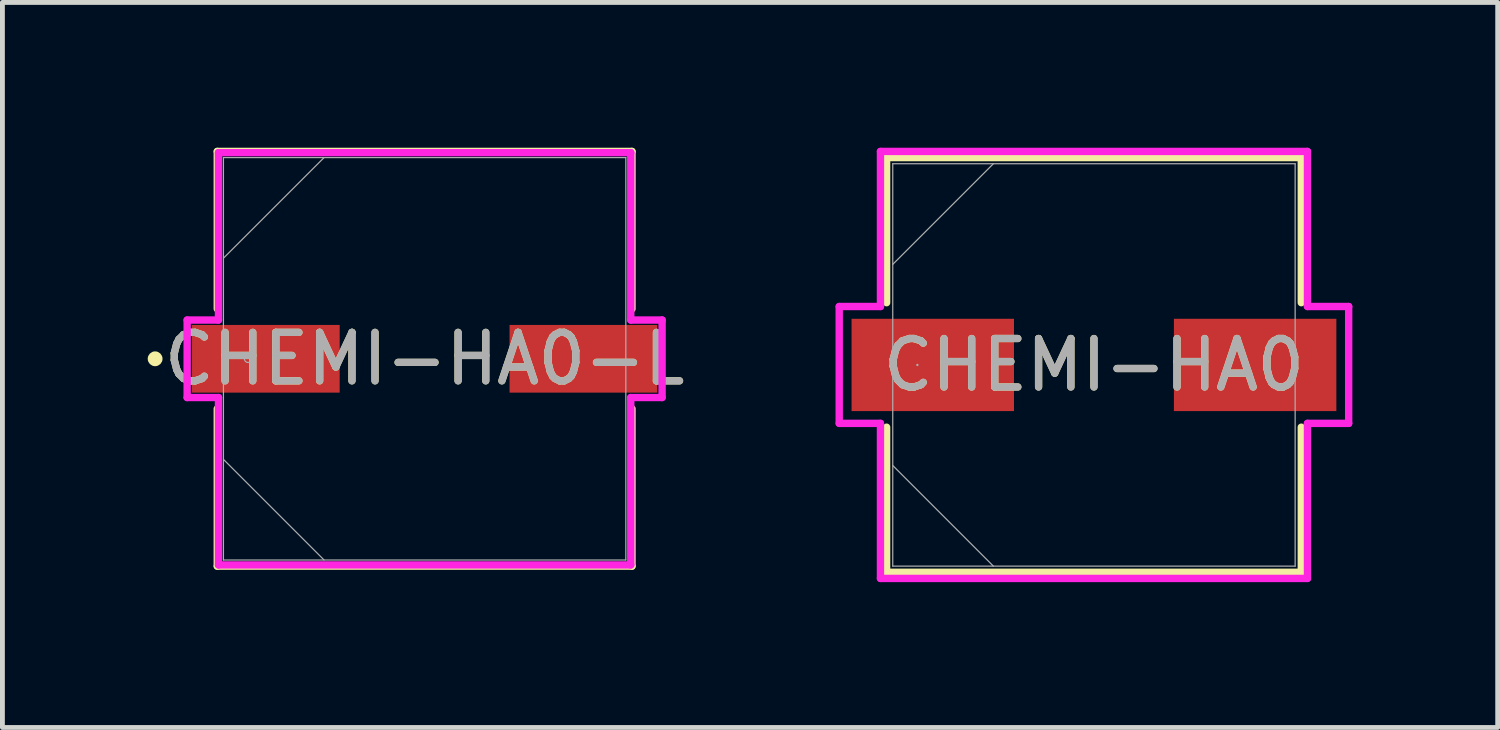
<source format=kicad_pcb>
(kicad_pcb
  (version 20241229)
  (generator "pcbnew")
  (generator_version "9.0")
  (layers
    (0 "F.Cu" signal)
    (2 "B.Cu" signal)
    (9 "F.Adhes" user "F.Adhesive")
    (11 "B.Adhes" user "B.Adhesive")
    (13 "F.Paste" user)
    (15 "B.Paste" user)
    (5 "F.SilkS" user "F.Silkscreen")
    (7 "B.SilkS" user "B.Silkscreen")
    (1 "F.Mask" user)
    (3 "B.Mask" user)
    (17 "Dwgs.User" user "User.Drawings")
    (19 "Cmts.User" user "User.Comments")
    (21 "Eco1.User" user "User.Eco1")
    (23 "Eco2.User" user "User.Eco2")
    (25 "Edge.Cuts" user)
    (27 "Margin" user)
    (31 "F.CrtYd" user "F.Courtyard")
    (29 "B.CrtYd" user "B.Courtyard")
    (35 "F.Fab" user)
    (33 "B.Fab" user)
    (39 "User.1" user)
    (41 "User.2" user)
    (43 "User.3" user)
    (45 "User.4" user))
  (footprint "CHEMI-HA0-L"
    (layer "F.Cu")
    (at 5.715 4.356)
    (property "Reference" "CHEMI-HA0-L" (at 0 0 0) (unlocked yes) (layer "F.SilkS") (effects (font (size 1 1) (thickness 0.15))))
    (attr smd)
    (fp_line (start -4.28 -4.28) (end -4.28 -1.031) (stroke (width 0.152) (type solid)) (layer "F.SilkS"))
    (fp_line (start -4.28 1.031) (end -4.28 4.28) (stroke (width 0.152) (type solid)) (layer "F.SilkS"))
    (fp_line (start -4.28 4.28) (end 4.28 4.28) (stroke (width 0.152) (type solid)) (layer "F.SilkS"))
    (fp_line (start 4.28 -4.28) (end -4.28 -4.28) (stroke (width 0.152) (type solid)) (layer "F.SilkS"))
    (fp_line (start 4.28 -1.031) (end 4.28 -4.28) (stroke (width 0.152) (type solid)) (layer "F.SilkS"))
    (fp_line (start 4.28 4.28) (end 4.28 1.031) (stroke (width 0.152) (type solid)) (layer "F.SilkS"))
    (fp_circle (center -5.563 0) (end -5.486 0) (stroke (width 0.152) (type solid)) (fill no) (layer "F.SilkS"))
    (fp_line (start -4.902 -0.8) (end -4.255 -0.8) (stroke (width 0.152) (type solid)) (layer "F.CrtYd"))
    (fp_line (start -4.902 0.8) (end -4.902 -0.8) (stroke (width 0.152) (type solid)) (layer "F.CrtYd"))
    (fp_line (start -4.255 -4.255) (end 4.255 -4.255) (stroke (width 0.152) (type solid)) (layer "F.CrtYd"))
    (fp_line (start -4.255 -0.8) (end -4.255 -4.255) (stroke (width 0.152) (type solid)) (layer "F.CrtYd"))
    (fp_line (start -4.255 0.8) (end -4.902 0.8) (stroke (width 0.152) (type solid)) (layer "F.CrtYd"))
    (fp_line (start -4.255 4.255) (end -4.255 0.8) (stroke (width 0.152) (type solid)) (layer "F.CrtYd"))
    (fp_line (start 4.255 -4.255) (end 4.255 -0.8) (stroke (width 0.152) (type solid)) (layer "F.CrtYd"))
    (fp_line (start 4.255 -0.8) (end 4.902 -0.8) (stroke (width 0.152) (type solid)) (layer "F.CrtYd"))
    (fp_line (start 4.255 0.8) (end 4.255 4.255) (stroke (width 0.152) (type solid)) (layer "F.CrtYd"))
    (fp_line (start 4.255 4.255) (end -4.255 4.255) (stroke (width 0.152) (type solid)) (layer "F.CrtYd"))
    (fp_line (start 4.902 -0.8) (end 4.902 0.8) (stroke (width 0.152) (type solid)) (layer "F.CrtYd"))
    (fp_line (start 4.902 0.8) (end 4.255 0.8) (stroke (width 0.152) (type solid)) (layer "F.CrtYd"))
    (fp_line (start -4.153 -4.153) (end -4.153 4.153) (stroke (width 0.025) (type solid)) (layer "F.Fab"))
    (fp_line (start -4.153 -2.076) (end -2.076 -4.153) (stroke (width 0.025) (type solid)) (layer "F.Fab"))
    (fp_line (start -4.153 2.076) (end -2.076 4.153) (stroke (width 0.025) (type solid)) (layer "F.Fab"))
    (fp_line (start -4.153 4.153) (end 4.153 4.153) (stroke (width 0.025) (type solid)) (layer "F.Fab"))
    (fp_line (start 4.153 -4.153) (end -4.153 -4.153) (stroke (width 0.025) (type solid)) (layer "F.Fab"))
    (fp_line (start 4.153 4.153) (end 4.153 -4.153) (stroke (width 0.025) (type solid)) (layer "F.Fab"))
    (fp_circle (center -3.645 0) (end -3.569 0) (stroke (width 0.025) (type solid)) (fill no) (layer "F.Fab"))
    (fp_text user "${REFERENCE}" (at 0 0 0) (unlocked yes) (layer "F.Fab") (effects (font (size 1 1) (thickness 0.15))))
    (pad "1" smd rect (at -3.277 0) (size 3.048 1.397) (layers "F.Cu" "F.Mask" "F.Paste"))
    (pad "2" smd rect (at 3.277 0) (size 3.048 1.397) (layers "F.Cu" "F.Mask" "F.Paste"))
    (zone (net_name "") (layer "F.Cu") (hatch full 0.508) (connect_pads) (min_thickness 0.254) (filled_areas_thickness no) (keepout (tracks not_allowed) (vias not_allowed) (pads allowed) (copperpour not_allowed) (footprints allowed)) (placement (enabled no)) (fill) (polygon (pts (xy 1.613 0.254) (xy 9.817 0.254) (xy 9.817 3.607) (xy 1.613 3.607))))
    (zone (net_name "") (layer "F.Cu") (hatch full 0.508) (connect_pads) (min_thickness 0.254) (filled_areas_thickness no) (keepout (tracks not_allowed) (vias not_allowed) (pads allowed) (copperpour not_allowed) (footprints allowed)) (placement (enabled no)) (fill) (polygon (pts (xy 1.613 5.105) (xy 9.817 5.105) (xy 9.817 8.458) (xy 1.613 8.458))))
    (zone (net_name "") (layer "F.Cu") (hatch full 0.508) (connect_pads) (min_thickness 0.254) (filled_areas_thickness no) (keepout (tracks not_allowed) (vias not_allowed) (pads allowed) (copperpour not_allowed) (footprints allowed)) (placement (enabled no)) (fill) (polygon (pts (xy 4.013 3.607) (xy 7.417 3.607) (xy 7.417 5.105) (xy 4.013 5.105)))))
  (footprint "CHEMI-HA0"
    (layer "F.Cu")
    (at 19.531 4.483)
    (property "Reference" "CHEMI-HA0" (at 0 0 0) (unlocked yes) (layer "F.SilkS") (effects (font (size 1 1) (thickness 0.15))))
    (attr smd)
    (fp_line (start -4.28 -4.28) (end -4.28 -1.285) (stroke (width 0.152) (type solid)) (layer "F.SilkS"))
    (fp_line (start -4.28 1.285) (end -4.28 4.28) (stroke (width 0.152) (type solid)) (layer "F.SilkS"))
    (fp_line (start -4.28 4.28) (end 4.28 4.28) (stroke (width 0.152) (type solid)) (layer "F.SilkS"))
    (fp_line (start 4.28 -4.28) (end -4.28 -4.28) (stroke (width 0.152) (type solid)) (layer "F.SilkS"))
    (fp_line (start 4.28 -1.285) (end 4.28 -4.28) (stroke (width 0.152) (type solid)) (layer "F.SilkS"))
    (fp_line (start 4.28 4.28) (end 4.28 1.285) (stroke (width 0.152) (type solid)) (layer "F.SilkS"))
    (fp_line (start -5.258 -1.206) (end -4.407 -1.206) (stroke (width 0.152) (type solid)) (layer "F.CrtYd"))
    (fp_line (start -5.258 1.206) (end -5.258 -1.206) (stroke (width 0.152) (type solid)) (layer "F.CrtYd"))
    (fp_line (start -4.407 -4.407) (end 4.407 -4.407) (stroke (width 0.152) (type solid)) (layer "F.CrtYd"))
    (fp_line (start -4.407 -1.206) (end -4.407 -4.407) (stroke (width 0.152) (type solid)) (layer "F.CrtYd"))
    (fp_line (start -4.407 1.206) (end -5.258 1.206) (stroke (width 0.152) (type solid)) (layer "F.CrtYd"))
    (fp_line (start -4.407 4.407) (end -4.407 1.206) (stroke (width 0.152) (type solid)) (layer "F.CrtYd"))
    (fp_line (start 4.407 -4.407) (end 4.407 -1.206) (stroke (width 0.152) (type solid)) (layer "F.CrtYd"))
    (fp_line (start 4.407 -1.206) (end 5.258 -1.206) (stroke (width 0.152) (type solid)) (layer "F.CrtYd"))
    (fp_line (start 4.407 1.206) (end 4.407 4.407) (stroke (width 0.152) (type solid)) (layer "F.CrtYd"))
    (fp_line (start 4.407 4.407) (end -4.407 4.407) (stroke (width 0.152) (type solid)) (layer "F.CrtYd"))
    (fp_line (start 5.258 -1.206) (end 5.258 1.206) (stroke (width 0.152) (type solid)) (layer "F.CrtYd"))
    (fp_line (start 5.258 1.206) (end 4.407 1.206) (stroke (width 0.152) (type solid)) (layer "F.CrtYd"))
    (fp_line (start -4.153 -4.153) (end -4.153 4.153) (stroke (width 0.025) (type solid)) (layer "F.Fab"))
    (fp_line (start -4.153 -2.076) (end -2.076 -4.153) (stroke (width 0.025) (type solid)) (layer "F.Fab"))
    (fp_line (start -4.153 2.076) (end -2.076 4.153) (stroke (width 0.025) (type solid)) (layer "F.Fab"))
    (fp_line (start -4.153 4.153) (end 4.153 4.153) (stroke (width 0.025) (type solid)) (layer "F.Fab"))
    (fp_line (start 4.153 -4.153) (end -4.153 -4.153) (stroke (width 0.025) (type solid)) (layer "F.Fab"))
    (fp_line (start 4.153 4.153) (end 4.153 -4.153) (stroke (width 0.025) (type solid)) (layer "F.Fab"))
    (fp_circle (center -3.645 0) (end -3.645 0) (stroke (width 0.025) (type solid)) (fill no) (layer "F.Fab"))
    (fp_text user "${REFERENCE}" (at 0 0 0) (unlocked yes) (layer "F.Fab") (effects (font (size 1 1) (thickness 0.15))))
    (pad "1" smd rect (at -3.327 0) (size 3.353 1.905) (layers "F.Cu" "F.Mask" "F.Paste"))
    (pad "2" smd rect (at 3.327 0) (size 3.353 1.905) (layers "F.Cu" "F.Mask" "F.Paste"))
    (zone (net_name "") (layer "F.Cu") (hatch full 0.508) (connect_pads) (min_thickness 0.254) (filled_areas_thickness no) (keepout (tracks not_allowed) (vias not_allowed) (pads allowed) (copperpour not_allowed) (footprints allowed)) (placement (enabled no)) (fill) (polygon (pts (xy 15.429 0.381) (xy 23.633 0.381) (xy 23.633 3.48) (xy 15.429 3.48))))
    (zone (net_name "") (layer "F.Cu") (hatch full 0.508) (connect_pads) (min_thickness 0.254) (filled_areas_thickness no) (keepout (tracks not_allowed) (vias not_allowed) (pads allowed) (copperpour not_allowed) (footprints allowed)) (placement (enabled no)) (fill) (polygon (pts (xy 15.429 5.486) (xy 23.633 5.486) (xy 23.633 8.585) (xy 15.429 8.585))))
    (zone (net_name "") (layer "F.Cu") (hatch full 0.508) (connect_pads) (min_thickness 0.254) (filled_areas_thickness no) (keepout (tracks not_allowed) (vias not_allowed) (pads allowed) (copperpour not_allowed) (footprints allowed)) (placement (enabled no)) (fill) (polygon (pts (xy 17.931 3.48) (xy 21.131 3.48) (xy 21.131 5.486) (xy 17.931 5.486)))))
  (gr_rect
    (start -3 -3)
    (end 27.865 11.966)
    (stroke (width 0.1) (type default))
    (fill no)
    (layer "Edge.Cuts")))
</source>
